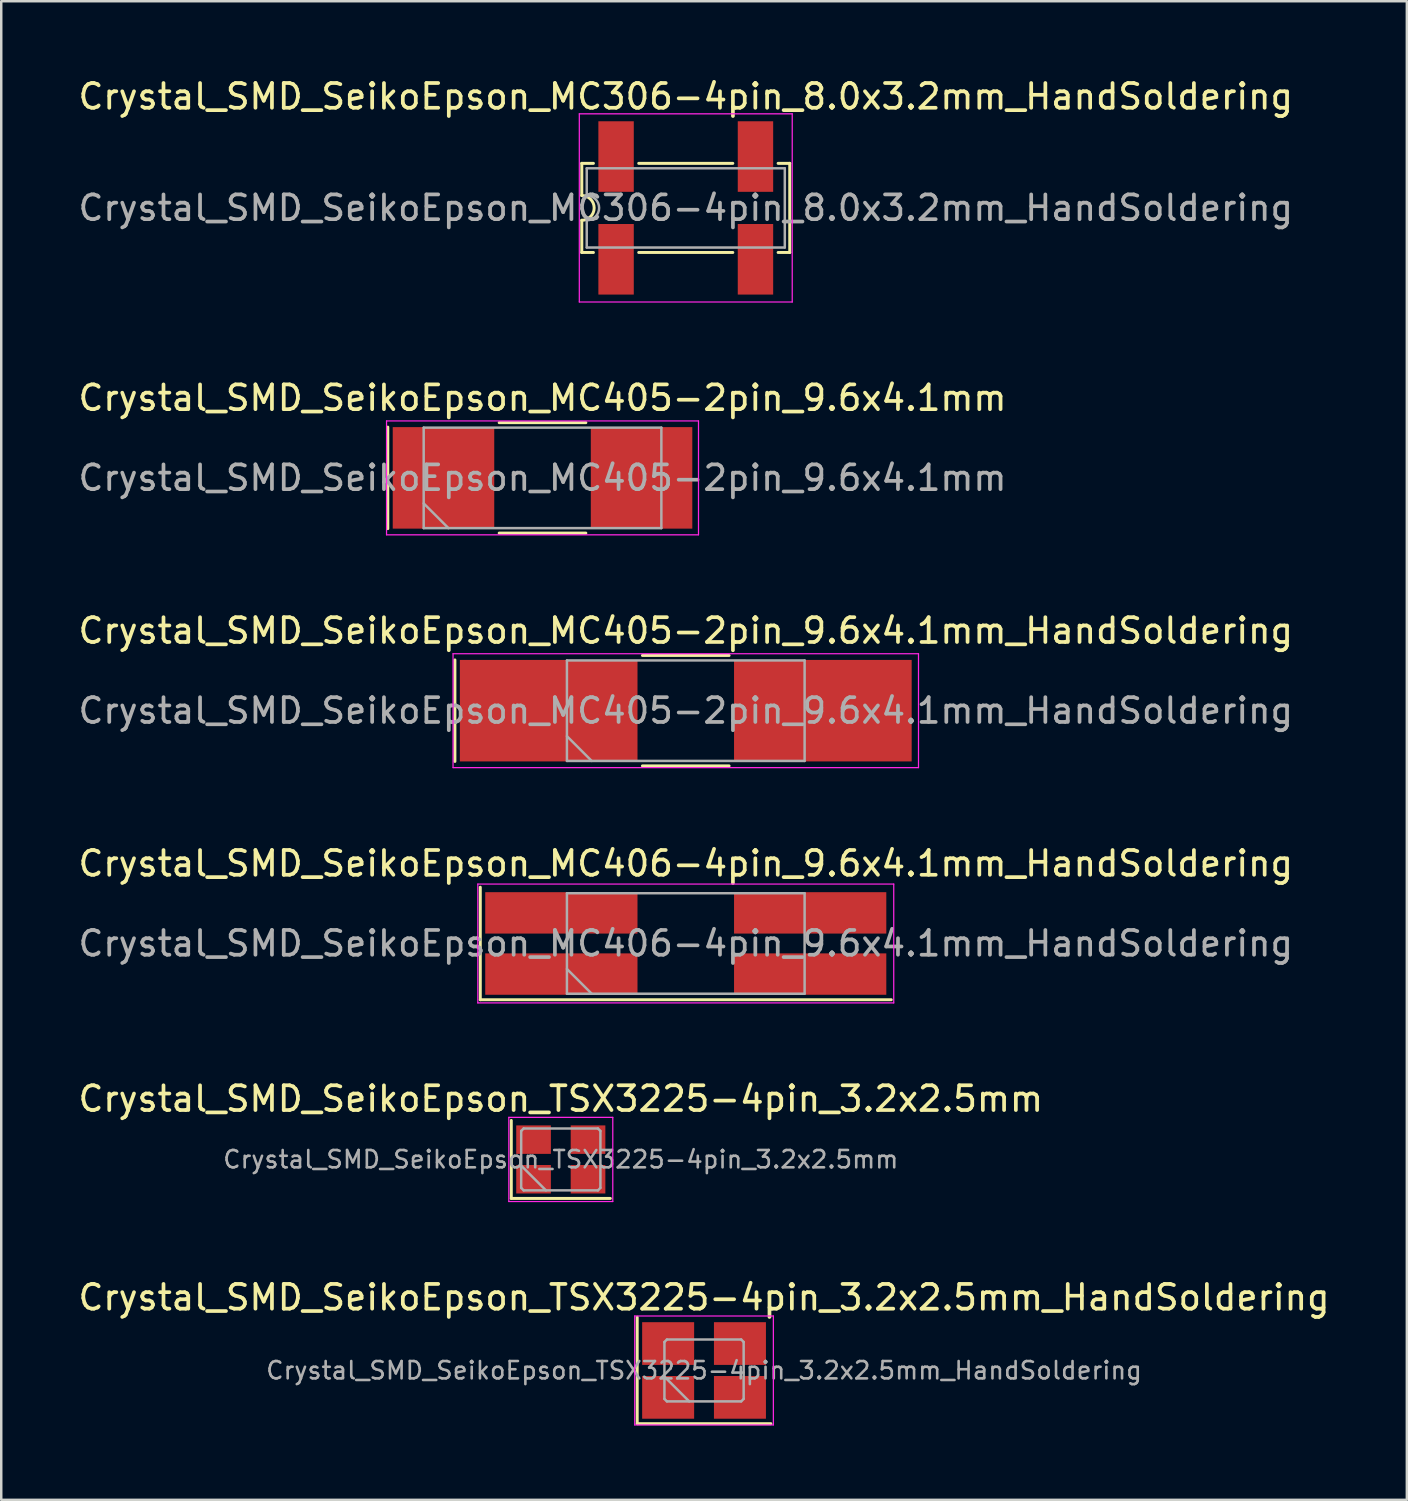
<source format=kicad_pcb>
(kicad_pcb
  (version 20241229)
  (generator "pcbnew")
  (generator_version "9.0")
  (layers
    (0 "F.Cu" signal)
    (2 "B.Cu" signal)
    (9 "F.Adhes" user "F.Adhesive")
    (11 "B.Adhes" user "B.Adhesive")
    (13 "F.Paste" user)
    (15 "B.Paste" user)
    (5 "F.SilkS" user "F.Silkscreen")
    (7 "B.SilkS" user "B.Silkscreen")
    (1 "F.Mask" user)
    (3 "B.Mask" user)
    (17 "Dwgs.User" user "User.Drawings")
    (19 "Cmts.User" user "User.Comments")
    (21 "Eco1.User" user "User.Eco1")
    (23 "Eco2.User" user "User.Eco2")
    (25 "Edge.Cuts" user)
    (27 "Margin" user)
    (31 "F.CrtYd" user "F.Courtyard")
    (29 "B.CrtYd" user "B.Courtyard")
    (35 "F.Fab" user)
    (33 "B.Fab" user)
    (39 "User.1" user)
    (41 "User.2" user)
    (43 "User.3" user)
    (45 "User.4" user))
  (footprint "Crystal_SMD_SeikoEpson_MC306-4pin_8.0x3.2mm_HandSoldering"
    (layer "F.Cu")
    (at 24.649 5.348)
    (property "Reference" "Crystal_SMD_SeikoEpson_MC306-4pin_8.0x3.2mm_HandSoldering" (at 0 -4.5 0) (layer "F.SilkS") (effects (font (size 1 1) (thickness 0.15))))
    (attr smd)
    (fp_line (start -4.2 -1.8) (end -3.73 -1.8) (stroke (width 0.12) (type solid)) (layer "F.SilkS"))
    (fp_line (start -4.2 -0.5) (end -4.2 -1.8) (stroke (width 0.12) (type solid)) (layer "F.SilkS"))
    (fp_line (start -4.2 1.8) (end -4.2 0.5) (stroke (width 0.12) (type solid)) (layer "F.SilkS"))
    (fp_line (start -4.2 1.8) (end -3.73 1.8) (stroke (width 0.12) (type solid)) (layer "F.SilkS"))
    (fp_line (start -1.9 -1.8) (end 1.9 -1.8) (stroke (width 0.12) (type solid)) (layer "F.SilkS"))
    (fp_line (start 1.9 1.8) (end -1.9 1.8) (stroke (width 0.12) (type solid)) (layer "F.SilkS"))
    (fp_line (start 3.73 -1.8) (end 4.2 -1.8) (stroke (width 0.12) (type solid)) (layer "F.SilkS"))
    (fp_line (start 4.2 -1.8) (end 4.2 1.8) (stroke (width 0.12) (type solid)) (layer "F.SilkS"))
    (fp_line (start 4.2 1.8) (end 3.73 1.8) (stroke (width 0.12) (type solid)) (layer "F.SilkS"))
    (fp_arc (start -4.2 -0.5) (mid -3.7 0) (end -4.2 0.5) (stroke (width 0.12) (type solid)) (layer "F.SilkS"))
    (fp_line (start -4.3 -3.8) (end -4.3 3.8) (stroke (width 0.05) (type solid)) (layer "F.CrtYd"))
    (fp_line (start -4.3 3.8) (end 4.3 3.8) (stroke (width 0.05) (type solid)) (layer "F.CrtYd"))
    (fp_line (start 4.3 -3.8) (end -4.3 -3.8) (stroke (width 0.05) (type solid)) (layer "F.CrtYd"))
    (fp_line (start 4.3 3.8) (end 4.3 -3.8) (stroke (width 0.05) (type solid)) (layer "F.CrtYd"))
    (fp_line (start -4 -1.6) (end 4 -1.6) (stroke (width 0.1) (type solid)) (layer "F.Fab"))
    (fp_line (start -4 -0.5) (end -4 -1.6) (stroke (width 0.1) (type solid)) (layer "F.Fab"))
    (fp_line (start -4 1.6) (end -4 0.5) (stroke (width 0.1) (type solid)) (layer "F.Fab"))
    (fp_line (start 4 -1.6) (end 4 1.6) (stroke (width 0.1) (type solid)) (layer "F.Fab"))
    (fp_line (start 4 1.6) (end -4 1.6) (stroke (width 0.1) (type solid)) (layer "F.Fab"))
    (fp_arc (start -4 -0.5) (mid -3.5 0) (end -4 0.5) (stroke (width 0.1) (type solid)) (layer "F.Fab"))
    (fp_text user "${REFERENCE}" (at 0 0 0) (layer "F.Fab") (effects (font (size 1 1) (thickness 0.15))))
    (pad "1" smd rect (at -2.815 2.075) (size 1.43 2.85) (layers "F.Cu" "F.Mask" "F.Paste"))
    (pad "2" smd rect (at 2.815 2.075) (size 1.43 2.85) (layers "F.Cu" "F.Mask" "F.Paste"))
    (pad "3" smd rect (at 2.815 -2.075) (size 1.43 2.85) (layers "F.Cu" "F.Mask" "F.Paste"))
    (pad "4" smd rect (at -2.815 -2.075) (size 1.43 2.85) (layers "F.Cu" "F.Mask" "F.Paste")))
  (footprint "Crystal_SMD_SeikoEpson_MC405-2pin_9.6x4.1mm"
    (layer "F.Cu")
    (at 18.863 16.252)
    (property "Reference" "Crystal_SMD_SeikoEpson_MC405-2pin_9.6x4.1mm" (at 0 -3.23 0) (layer "F.SilkS") (effects (font (size 1 1) (thickness 0.15))))
    (attr smd)
    (fp_line (start -6.25 -2.05) (end -6.25 2.05) (stroke (width 0.12) (type solid)) (layer "F.SilkS"))
    (fp_line (start -1.75 -2.23) (end 1.75 -2.23) (stroke (width 0.12) (type solid)) (layer "F.SilkS"))
    (fp_line (start -1.75 2.23) (end 1.75 2.23) (stroke (width 0.12) (type solid)) (layer "F.SilkS"))
    (fp_line (start -6.3 -2.3) (end -6.3 2.3) (stroke (width 0.05) (type solid)) (layer "F.CrtYd"))
    (fp_line (start -6.3 2.3) (end 6.3 2.3) (stroke (width 0.05) (type solid)) (layer "F.CrtYd"))
    (fp_line (start 6.3 -2.3) (end -6.3 -2.3) (stroke (width 0.05) (type solid)) (layer "F.CrtYd"))
    (fp_line (start 6.3 2.3) (end 6.3 -2.3) (stroke (width 0.05) (type solid)) (layer "F.CrtYd"))
    (fp_line (start -4.8 -2.03) (end -4.8 2.03) (stroke (width 0.1) (type solid)) (layer "F.Fab"))
    (fp_line (start -4.8 1.03) (end -3.8 2.03) (stroke (width 0.1) (type solid)) (layer "F.Fab"))
    (fp_line (start -4.8 2.03) (end 4.8 2.03) (stroke (width 0.1) (type solid)) (layer "F.Fab"))
    (fp_line (start 4.8 -2.03) (end -4.8 -2.03) (stroke (width 0.1) (type solid)) (layer "F.Fab"))
    (fp_line (start 4.8 2.03) (end 4.8 -2.03) (stroke (width 0.1) (type solid)) (layer "F.Fab"))
    (fp_text user "${REFERENCE}" (at 0 0 0) (layer "F.Fab") (effects (font (size 1 1) (thickness 0.15))))
    (pad "1" smd rect (at -4 0) (size 4.1 4.1) (layers "F.Cu" "F.Mask" "F.Paste"))
    (pad "2" smd rect (at 4 0) (size 4.1 4.1) (layers "F.Cu" "F.Mask" "F.Paste")))
  (footprint "Crystal_SMD_SeikoEpson_TSX3225-4pin_3.2x2.5mm_HandSoldering"
    (layer "F.Cu")
    (at 25.387 52.304)
    (property "Reference" "Crystal_SMD_SeikoEpson_TSX3225-4pin_3.2x2.5mm_HandSoldering" (at 0 -2.95 0) (layer "F.SilkS") (effects (font (size 1 1) (thickness 0.15))))
    (attr smd)
    (fp_line (start -2.7 -2.15) (end -2.7 2.15) (stroke (width 0.12) (type solid)) (layer "F.SilkS"))
    (fp_line (start -2.7 2.15) (end 2.7 2.15) (stroke (width 0.12) (type solid)) (layer "F.SilkS"))
    (fp_line (start -2.8 -2.2) (end -2.8 2.2) (stroke (width 0.05) (type solid)) (layer "F.CrtYd"))
    (fp_line (start -2.8 2.2) (end 2.8 2.2) (stroke (width 0.05) (type solid)) (layer "F.CrtYd"))
    (fp_line (start 2.8 -2.2) (end -2.8 -2.2) (stroke (width 0.05) (type solid)) (layer "F.CrtYd"))
    (fp_line (start 2.8 2.2) (end 2.8 -2.2) (stroke (width 0.05) (type solid)) (layer "F.CrtYd"))
    (fp_line (start -1.6 -1.15) (end -1.5 -1.25) (stroke (width 0.1) (type solid)) (layer "F.Fab"))
    (fp_line (start -1.6 0.25) (end -0.6 1.25) (stroke (width 0.1) (type solid)) (layer "F.Fab"))
    (fp_line (start -1.6 1.15) (end -1.6 -1.15) (stroke (width 0.1) (type solid)) (layer "F.Fab"))
    (fp_line (start -1.5 -1.25) (end 1.5 -1.25) (stroke (width 0.1) (type solid)) (layer "F.Fab"))
    (fp_line (start -1.5 1.25) (end -1.6 1.15) (stroke (width 0.1) (type solid)) (layer "F.Fab"))
    (fp_line (start 1.5 -1.25) (end 1.6 -1.15) (stroke (width 0.1) (type solid)) (layer "F.Fab"))
    (fp_line (start 1.5 1.25) (end -1.5 1.25) (stroke (width 0.1) (type solid)) (layer "F.Fab"))
    (fp_line (start 1.6 -1.15) (end 1.6 1.15) (stroke (width 0.1) (type solid)) (layer "F.Fab"))
    (fp_line (start 1.6 1.15) (end 1.5 1.25) (stroke (width 0.1) (type solid)) (layer "F.Fab"))
    (fp_text user "${REFERENCE}" (at 0 0 0) (layer "F.Fab") (effects (font (size 0.7 0.7) (thickness 0.105))))
    (pad "1" smd rect (at -1.45 1.087) (size 2.1 1.725) (layers "F.Cu" "F.Mask" "F.Paste"))
    (pad "2" smd rect (at 1.45 1.087) (size 2.1 1.725) (layers "F.Cu" "F.Mask" "F.Paste"))
    (pad "3" smd rect (at 1.45 -1.087) (size 2.1 1.725) (layers "F.Cu" "F.Mask" "F.Paste"))
    (pad "4" smd rect (at -1.45 -1.087) (size 2.1 1.725) (layers "F.Cu" "F.Mask" "F.Paste")))
  (footprint "Crystal_SMD_SeikoEpson_MC405-2pin_9.6x4.1mm_HandSoldering"
    (layer "F.Cu")
    (at 24.649 25.655)
    (property "Reference" "Crystal_SMD_SeikoEpson_MC405-2pin_9.6x4.1mm_HandSoldering" (at 0 -3.23 0) (layer "F.SilkS") (effects (font (size 1 1) (thickness 0.15))))
    (attr smd)
    (fp_line (start -9.325 -2.05) (end -9.325 2.05) (stroke (width 0.12) (type solid)) (layer "F.SilkS"))
    (fp_line (start -1.75 -2.23) (end 1.75 -2.23) (stroke (width 0.12) (type solid)) (layer "F.SilkS"))
    (fp_line (start -1.75 2.23) (end 1.75 2.23) (stroke (width 0.12) (type solid)) (layer "F.SilkS"))
    (fp_line (start -9.4 -2.3) (end -9.4 2.3) (stroke (width 0.05) (type solid)) (layer "F.CrtYd"))
    (fp_line (start -9.4 2.3) (end 9.4 2.3) (stroke (width 0.05) (type solid)) (layer "F.CrtYd"))
    (fp_line (start 9.4 -2.3) (end -9.4 -2.3) (stroke (width 0.05) (type solid)) (layer "F.CrtYd"))
    (fp_line (start 9.4 2.3) (end 9.4 -2.3) (stroke (width 0.05) (type solid)) (layer "F.CrtYd"))
    (fp_line (start -4.8 -2.03) (end -4.8 2.03) (stroke (width 0.1) (type solid)) (layer "F.Fab"))
    (fp_line (start -4.8 1.03) (end -3.8 2.03) (stroke (width 0.1) (type solid)) (layer "F.Fab"))
    (fp_line (start -4.8 2.03) (end 4.8 2.03) (stroke (width 0.1) (type solid)) (layer "F.Fab"))
    (fp_line (start 4.8 -2.03) (end -4.8 -2.03) (stroke (width 0.1) (type solid)) (layer "F.Fab"))
    (fp_line (start 4.8 2.03) (end 4.8 -2.03) (stroke (width 0.1) (type solid)) (layer "F.Fab"))
    (fp_text user "${REFERENCE}" (at 0 0 0) (layer "F.Fab") (effects (font (size 1 1) (thickness 0.15))))
    (pad "1" smd rect (at -5.537 0) (size 7.175 4.1) (layers "F.Cu" "F.Mask" "F.Paste"))
    (pad "2" smd rect (at 5.537 0) (size 7.175 4.1) (layers "F.Cu" "F.Mask" "F.Paste")))
  (footprint "Crystal_SMD_SeikoEpson_MC406-4pin_9.6x4.1mm_HandSoldering"
    (layer "F.Cu")
    (at 24.649 35.058)
    (property "Reference" "Crystal_SMD_SeikoEpson_MC406-4pin_9.6x4.1mm_HandSoldering" (at 0 -3.23 0) (layer "F.SilkS") (effects (font (size 1 1) (thickness 0.15))))
    (attr smd)
    (fp_line (start -8.3 -2.272) (end -8.3 2.272) (stroke (width 0.12) (type solid)) (layer "F.SilkS"))
    (fp_line (start -8.3 2.272) (end 8.3 2.272) (stroke (width 0.12) (type solid)) (layer "F.SilkS"))
    (fp_line (start -8.4 -2.4) (end -8.4 2.4) (stroke (width 0.05) (type solid)) (layer "F.CrtYd"))
    (fp_line (start -8.4 2.4) (end 8.4 2.4) (stroke (width 0.05) (type solid)) (layer "F.CrtYd"))
    (fp_line (start 8.4 -2.4) (end -8.4 -2.4) (stroke (width 0.05) (type solid)) (layer "F.CrtYd"))
    (fp_line (start 8.4 2.4) (end 8.4 -2.4) (stroke (width 0.05) (type solid)) (layer "F.CrtYd"))
    (fp_line (start -4.8 -2.03) (end -4.8 2.03) (stroke (width 0.1) (type solid)) (layer "F.Fab"))
    (fp_line (start -4.8 1.03) (end -3.8 2.03) (stroke (width 0.1) (type solid)) (layer "F.Fab"))
    (fp_line (start -4.8 2.03) (end 4.8 2.03) (stroke (width 0.1) (type solid)) (layer "F.Fab"))
    (fp_line (start 4.8 -2.03) (end -4.8 -2.03) (stroke (width 0.1) (type solid)) (layer "F.Fab"))
    (fp_line (start 4.8 2.03) (end 4.8 -2.03) (stroke (width 0.1) (type solid)) (layer "F.Fab"))
    (fp_text user "${REFERENCE}" (at 0 0 0) (layer "F.Fab") (effects (font (size 1 1) (thickness 0.15))))
    (pad "1" smd rect (at -5.025 1.236) (size 6.15 1.672) (layers "F.Cu" "F.Mask" "F.Paste"))
    (pad "2" smd rect (at 5.025 1.236) (size 6.15 1.672) (layers "F.Cu" "F.Mask" "F.Paste"))
    (pad "3" smd rect (at 5.025 -1.236) (size 6.15 1.672) (layers "F.Cu" "F.Mask" "F.Paste"))
    (pad "4" smd rect (at -5.025 -1.236) (size 6.15 1.672) (layers "F.Cu" "F.Mask" "F.Paste")))
  (footprint "Crystal_SMD_SeikoEpson_TSX3225-4pin_3.2x2.5mm"
    (layer "F.Cu")
    (at 19.601 43.781)
    (property "Reference" "Crystal_SMD_SeikoEpson_TSX3225-4pin_3.2x2.5mm" (at 0 -2.45 0) (layer "F.SilkS") (effects (font (size 1 1) (thickness 0.15))))
    (attr smd)
    (fp_line (start -2 -1.575) (end -2 1.575) (stroke (width 0.12) (type solid)) (layer "F.SilkS"))
    (fp_line (start -2 1.575) (end 2 1.575) (stroke (width 0.12) (type solid)) (layer "F.SilkS"))
    (fp_line (start -2.1 -1.7) (end -2.1 1.7) (stroke (width 0.05) (type solid)) (layer "F.CrtYd"))
    (fp_line (start -2.1 1.7) (end 2.1 1.7) (stroke (width 0.05) (type solid)) (layer "F.CrtYd"))
    (fp_line (start 2.1 -1.7) (end -2.1 -1.7) (stroke (width 0.05) (type solid)) (layer "F.CrtYd"))
    (fp_line (start 2.1 1.7) (end 2.1 -1.7) (stroke (width 0.05) (type solid)) (layer "F.CrtYd"))
    (fp_line (start -1.6 -1.15) (end -1.5 -1.25) (stroke (width 0.1) (type solid)) (layer "F.Fab"))
    (fp_line (start -1.6 0.25) (end -0.6 1.25) (stroke (width 0.1) (type solid)) (layer "F.Fab"))
    (fp_line (start -1.6 1.15) (end -1.6 -1.15) (stroke (width 0.1) (type solid)) (layer "F.Fab"))
    (fp_line (start -1.5 -1.25) (end 1.5 -1.25) (stroke (width 0.1) (type solid)) (layer "F.Fab"))
    (fp_line (start -1.5 1.25) (end -1.6 1.15) (stroke (width 0.1) (type solid)) (layer "F.Fab"))
    (fp_line (start 1.5 -1.25) (end 1.6 -1.15) (stroke (width 0.1) (type solid)) (layer "F.Fab"))
    (fp_line (start 1.5 1.25) (end -1.5 1.25) (stroke (width 0.1) (type solid)) (layer "F.Fab"))
    (fp_line (start 1.6 -1.15) (end 1.6 1.15) (stroke (width 0.1) (type solid)) (layer "F.Fab"))
    (fp_line (start 1.6 1.15) (end 1.5 1.25) (stroke (width 0.1) (type solid)) (layer "F.Fab"))
    (fp_text user "${REFERENCE}" (at 0 0 0) (layer "F.Fab") (effects (font (size 0.7 0.7) (thickness 0.105))))
    (pad "1" smd rect (at -1.1 0.8) (size 1.4 1.15) (layers "F.Cu" "F.Mask" "F.Paste"))
    (pad "2" smd rect (at 1.1 0.8) (size 1.4 1.15) (layers "F.Cu" "F.Mask" "F.Paste"))
    (pad "3" smd rect (at 1.1 -0.8) (size 1.4 1.15) (layers "F.Cu" "F.Mask" "F.Paste"))
    (pad "4" smd rect (at -1.1 -0.8) (size 1.4 1.15) (layers "F.Cu" "F.Mask" "F.Paste")))
  (gr_rect
    (start -3 -3)
    (end 53.774 57.529)
    (stroke (width 0.1) (type default))
    (fill no)
    (layer "Edge.Cuts")))
</source>
